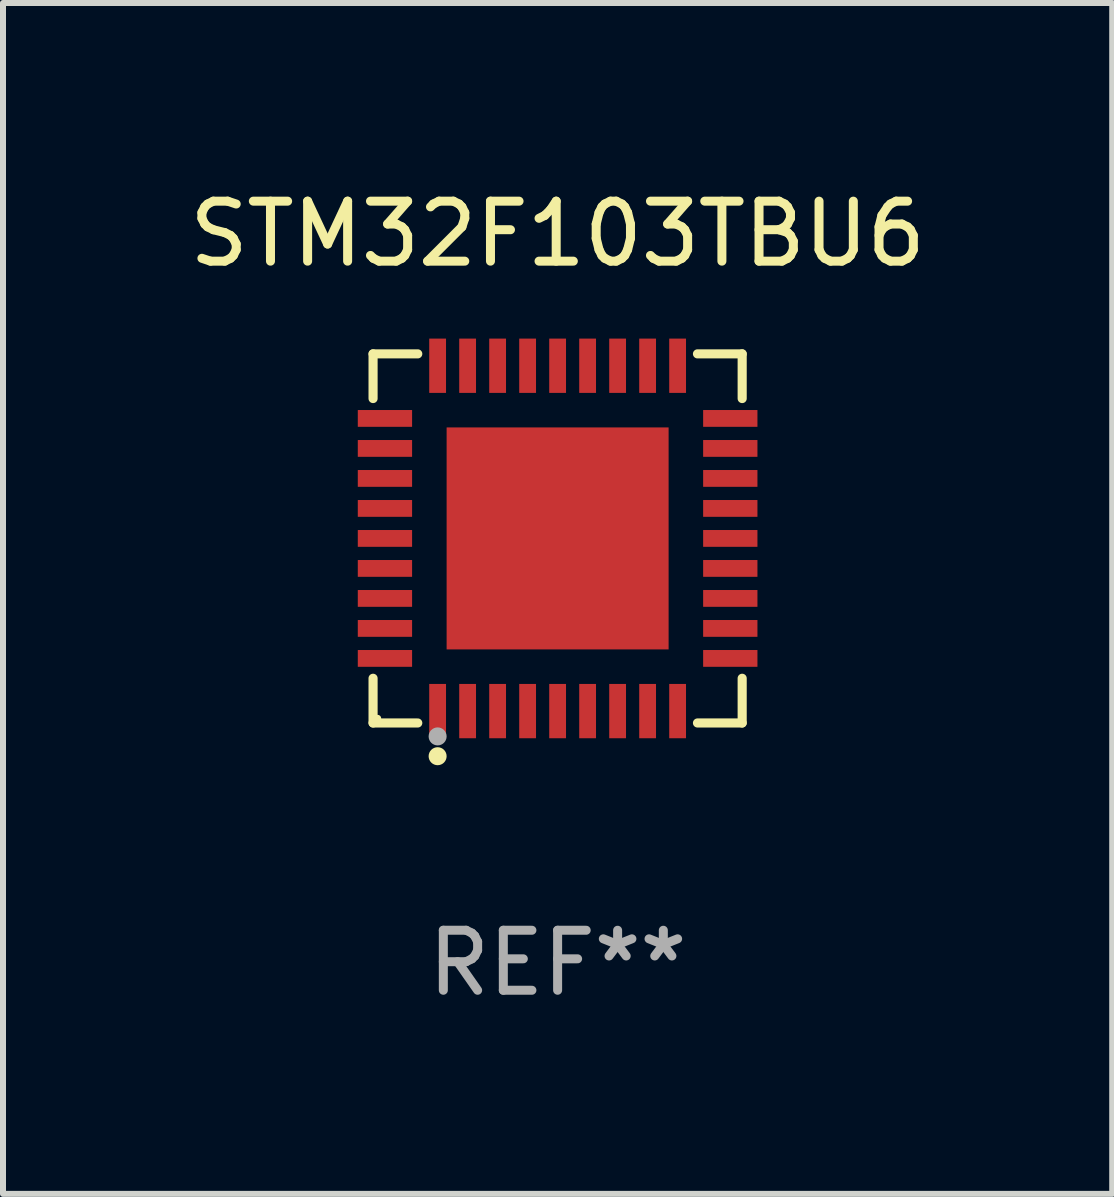
<source format=kicad_pcb>
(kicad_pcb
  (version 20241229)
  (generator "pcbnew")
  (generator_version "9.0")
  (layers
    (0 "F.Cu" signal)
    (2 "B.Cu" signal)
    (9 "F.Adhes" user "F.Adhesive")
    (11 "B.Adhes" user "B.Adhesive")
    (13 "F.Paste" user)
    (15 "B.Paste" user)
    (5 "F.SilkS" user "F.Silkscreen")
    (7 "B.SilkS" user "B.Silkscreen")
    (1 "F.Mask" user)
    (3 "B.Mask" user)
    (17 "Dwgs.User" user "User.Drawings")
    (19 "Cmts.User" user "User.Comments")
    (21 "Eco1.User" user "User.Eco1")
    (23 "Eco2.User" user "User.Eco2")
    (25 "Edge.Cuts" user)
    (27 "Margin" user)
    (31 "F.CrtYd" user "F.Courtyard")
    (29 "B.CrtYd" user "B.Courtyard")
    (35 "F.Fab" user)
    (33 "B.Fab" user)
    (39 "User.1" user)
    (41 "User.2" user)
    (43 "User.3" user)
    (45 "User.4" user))
  (footprint "STM32F103TBU6"
    (layer "F.Cu")
    (at 6.244 5.924)
    (property "Reference" "STM32F103TBU6" (at 0 -5.076 0) (layer "F.SilkS") (effects (font (size 1 1) (thickness 0.15))))
    (attr through_hole)
    (fp_line (start -3.076 -3.076) (end -2.331 -3.076) (stroke (width 0.152) (type solid)) (layer "F.SilkS"))
    (fp_line (start -3.076 -2.331) (end -3.076 -3.076) (stroke (width 0.152) (type solid)) (layer "F.SilkS"))
    (fp_line (start -3.076 2.331) (end -3.076 3.076) (stroke (width 0.152) (type solid)) (layer "F.SilkS"))
    (fp_line (start -3.076 3.076) (end -2.331 3.076) (stroke (width 0.152) (type solid)) (layer "F.SilkS"))
    (fp_line (start 3.076 -3.076) (end 2.331 -3.076) (stroke (width 0.152) (type solid)) (layer "F.SilkS"))
    (fp_line (start 3.076 -2.331) (end 3.076 -3.076) (stroke (width 0.152) (type solid)) (layer "F.SilkS"))
    (fp_line (start 3.076 2.331) (end 3.076 3.076) (stroke (width 0.152) (type solid)) (layer "F.SilkS"))
    (fp_line (start 3.076 3.076) (end 2.331 3.076) (stroke (width 0.152) (type solid)) (layer "F.SilkS"))
    (fp_circle (center -3 3) (end -2.97 3) (stroke (width 0.06) (type solid)) (fill no) (layer "F.SilkS"))
    (fp_circle (center -2 3.63) (end -1.925 3.63) (stroke (width 0.15) (type solid)) (fill no) (layer "F.SilkS"))
    (fp_circle (center -2 3.3) (end -1.925 3.3) (stroke (width 0.15) (type solid)) (fill no) (layer "F.Fab"))
    (fp_text user "REF**" (at 0 7.076 0) (layer "F.Fab") (effects (font (size 1 1) (thickness 0.15))))
    (pad "1" smd rect (at -2 2.878) (size 0.28 0.905) (layers "F.Cu" "F.Mask" "F.Paste"))
    (pad "2" smd rect (at -1.5 2.878) (size 0.28 0.905) (layers "F.Cu" "F.Mask" "F.Paste"))
    (pad "3" smd rect (at -1 2.878) (size 0.28 0.905) (layers "F.Cu" "F.Mask" "F.Paste"))
    (pad "4" smd rect (at -0.5 2.878) (size 0.28 0.905) (layers "F.Cu" "F.Mask" "F.Paste"))
    (pad "5" smd rect (at 0 2.878) (size 0.28 0.905) (layers "F.Cu" "F.Mask" "F.Paste"))
    (pad "6" smd rect (at 0.5 2.878) (size 0.28 0.905) (layers "F.Cu" "F.Mask" "F.Paste"))
    (pad "7" smd rect (at 1 2.878) (size 0.28 0.905) (layers "F.Cu" "F.Mask" "F.Paste"))
    (pad "8" smd rect (at 1.5 2.878) (size 0.28 0.905) (layers "F.Cu" "F.Mask" "F.Paste"))
    (pad "9" smd rect (at 2 2.878) (size 0.28 0.905) (layers "F.Cu" "F.Mask" "F.Paste"))
    (pad "10" smd rect (at 2.878 2) (size 0.905 0.28) (layers "F.Cu" "F.Mask" "F.Paste"))
    (pad "11" smd rect (at 2.878 1.5) (size 0.905 0.28) (layers "F.Cu" "F.Mask" "F.Paste"))
    (pad "12" smd rect (at 2.878 1) (size 0.905 0.28) (layers "F.Cu" "F.Mask" "F.Paste"))
    (pad "13" smd rect (at 2.878 0.5) (size 0.905 0.28) (layers "F.Cu" "F.Mask" "F.Paste"))
    (pad "14" smd rect (at 2.878 0) (size 0.905 0.28) (layers "F.Cu" "F.Mask" "F.Paste"))
    (pad "15" smd rect (at 2.878 -0.5) (size 0.905 0.28) (layers "F.Cu" "F.Mask" "F.Paste"))
    (pad "16" smd rect (at 2.878 -1) (size 0.905 0.28) (layers "F.Cu" "F.Mask" "F.Paste"))
    (pad "17" smd rect (at 2.878 -1.5) (size 0.905 0.28) (layers "F.Cu" "F.Mask" "F.Paste"))
    (pad "18" smd rect (at 2.878 -2) (size 0.905 0.28) (layers "F.Cu" "F.Mask" "F.Paste"))
    (pad "19" smd rect (at 2 -2.878) (size 0.28 0.905) (layers "F.Cu" "F.Mask" "F.Paste"))
    (pad "20" smd rect (at 1.5 -2.878) (size 0.28 0.905) (layers "F.Cu" "F.Mask" "F.Paste"))
    (pad "21" smd rect (at 1 -2.878) (size 0.28 0.905) (layers "F.Cu" "F.Mask" "F.Paste"))
    (pad "22" smd rect (at 0.5 -2.878) (size 0.28 0.905) (layers "F.Cu" "F.Mask" "F.Paste"))
    (pad "23" smd rect (at 0 -2.878) (size 0.28 0.905) (layers "F.Cu" "F.Mask" "F.Paste"))
    (pad "24" smd rect (at -0.5 -2.878) (size 0.28 0.905) (layers "F.Cu" "F.Mask" "F.Paste"))
    (pad "25" smd rect (at -1 -2.878) (size 0.28 0.905) (layers "F.Cu" "F.Mask" "F.Paste"))
    (pad "26" smd rect (at -1.5 -2.878) (size 0.28 0.905) (layers "F.Cu" "F.Mask" "F.Paste"))
    (pad "27" smd rect (at -2 -2.878) (size 0.28 0.905) (layers "F.Cu" "F.Mask" "F.Paste"))
    (pad "28" smd rect (at -2.878 -2) (size 0.905 0.28) (layers "F.Cu" "F.Mask" "F.Paste"))
    (pad "29" smd rect (at -2.878 -1.5) (size 0.905 0.28) (layers "F.Cu" "F.Mask" "F.Paste"))
    (pad "30" smd rect (at -2.878 -1) (size 0.905 0.28) (layers "F.Cu" "F.Mask" "F.Paste"))
    (pad "31" smd rect (at -2.878 -0.5) (size 0.905 0.28) (layers "F.Cu" "F.Mask" "F.Paste"))
    (pad "32" smd rect (at -2.878 0) (size 0.905 0.28) (layers "F.Cu" "F.Mask" "F.Paste"))
    (pad "33" smd rect (at -2.878 0.5) (size 0.905 0.28) (layers "F.Cu" "F.Mask" "F.Paste"))
    (pad "34" smd rect (at -2.878 1) (size 0.905 0.28) (layers "F.Cu" "F.Mask" "F.Paste"))
    (pad "35" smd rect (at -2.878 1.5) (size 0.905 0.28) (layers "F.Cu" "F.Mask" "F.Paste"))
    (pad "36" smd rect (at -2.878 2) (size 0.905 0.28) (layers "F.Cu" "F.Mask" "F.Paste"))
    (pad "37" smd rect (at 0 0) (size 3.7 3.7) (layers "F.Cu" "F.Mask" "F.Paste")))
  (gr_rect
    (start -3 -3)
    (end 15.488 16.849)
    (stroke (width 0.1) (type default))
    (fill no)
    (layer "Edge.Cuts")))
</source>
